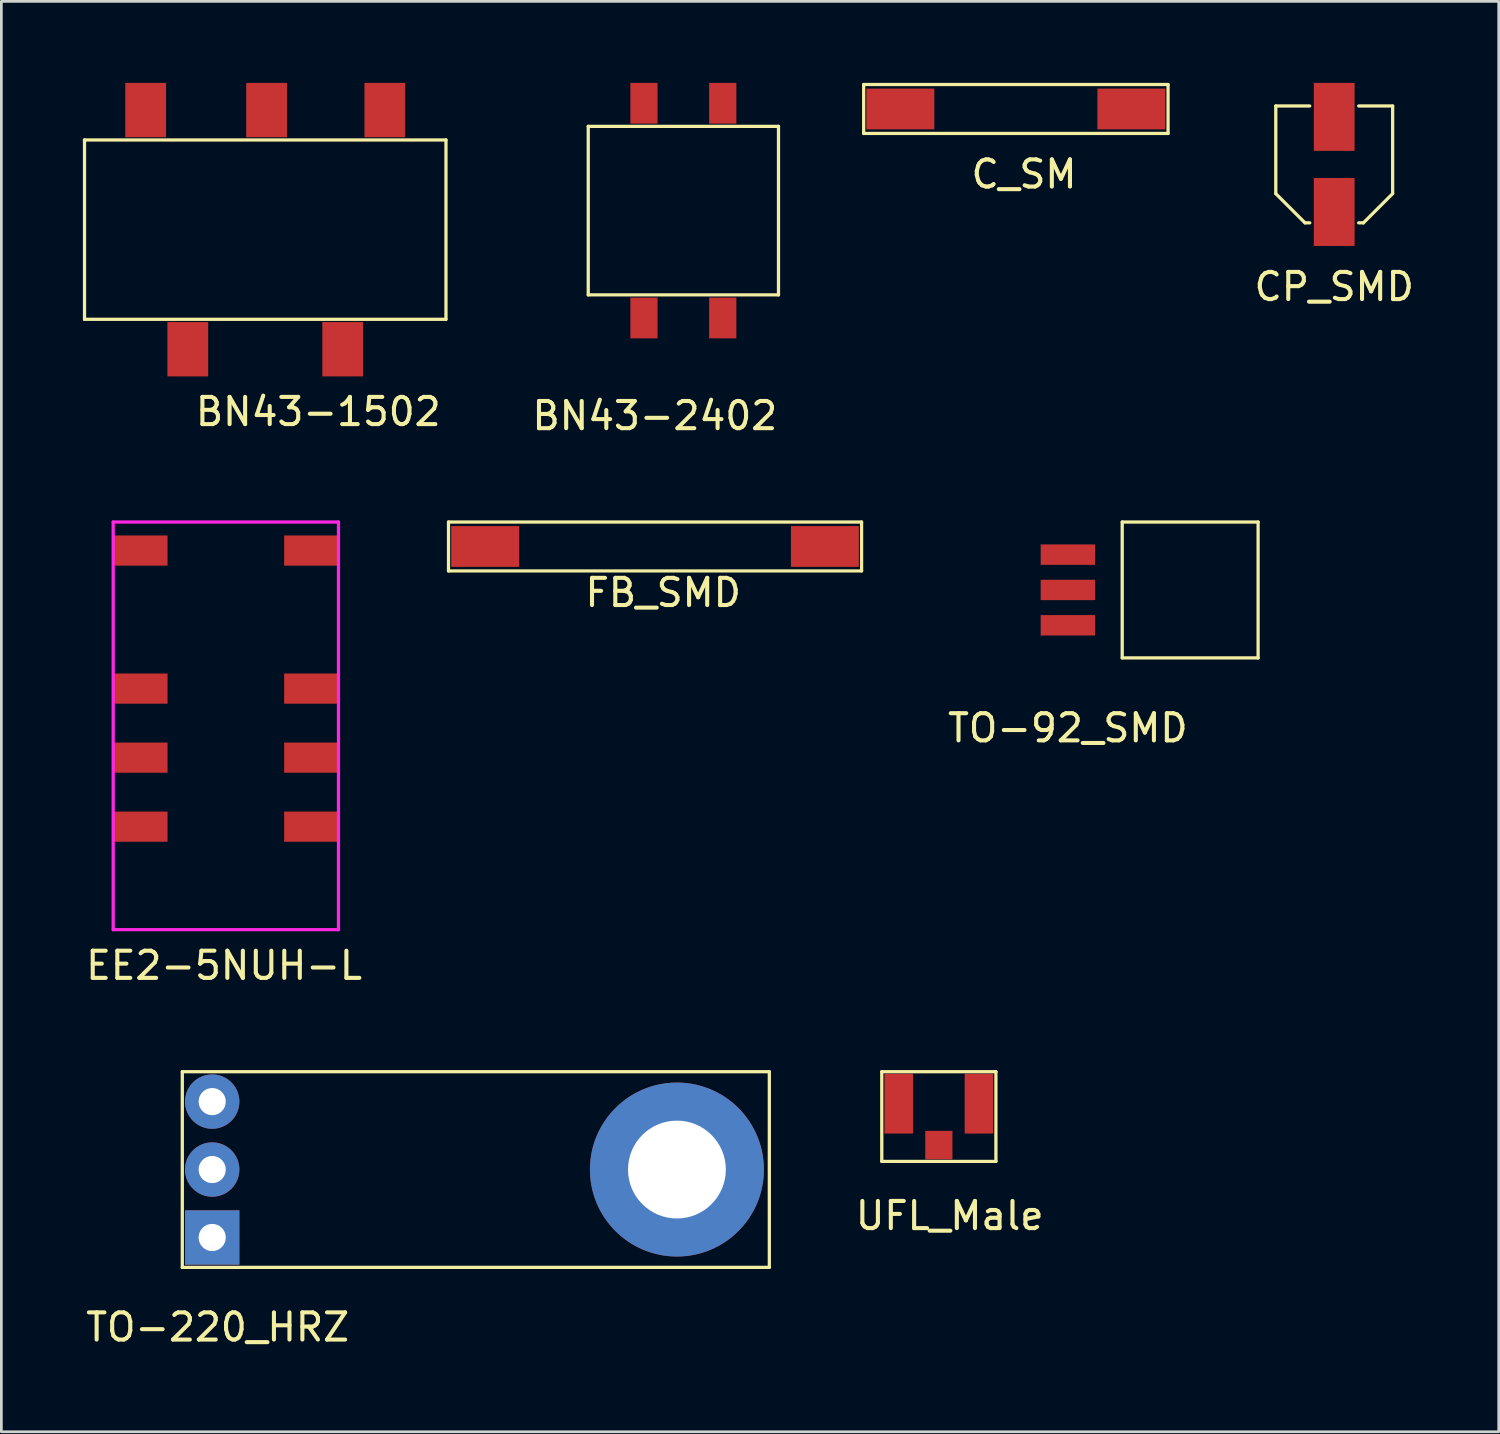
<source format=kicad_pcb>
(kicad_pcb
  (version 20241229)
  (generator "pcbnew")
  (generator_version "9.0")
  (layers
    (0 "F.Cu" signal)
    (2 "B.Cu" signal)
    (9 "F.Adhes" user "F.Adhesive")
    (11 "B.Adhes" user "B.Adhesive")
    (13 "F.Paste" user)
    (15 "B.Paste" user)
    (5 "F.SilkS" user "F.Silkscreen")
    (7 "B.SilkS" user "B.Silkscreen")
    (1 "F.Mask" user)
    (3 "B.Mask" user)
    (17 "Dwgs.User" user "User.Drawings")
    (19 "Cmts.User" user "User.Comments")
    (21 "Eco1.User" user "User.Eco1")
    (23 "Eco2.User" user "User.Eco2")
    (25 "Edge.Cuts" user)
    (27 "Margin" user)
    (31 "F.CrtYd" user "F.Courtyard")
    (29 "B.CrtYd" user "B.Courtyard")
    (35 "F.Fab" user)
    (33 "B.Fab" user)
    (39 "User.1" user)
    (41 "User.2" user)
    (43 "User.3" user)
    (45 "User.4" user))
  (footprint "CP_SMD"
    (layer "F.Cu")
    (at 46.044 3)
    (property "Reference" "CP_SMD" (at 0 4.5 0) (layer "F.SilkS") (effects (font (size 1 1) (thickness 0.15))))
    (attr through_hole)
    (fp_line (start -2.15 -2.15) (end -0.9 -2.15) (stroke (width 0.12) (type solid)) (layer "F.SilkS"))
    (fp_line (start -2.15 1.075) (end -2.15 -2.15) (stroke (width 0.12) (type solid)) (layer "F.SilkS"))
    (fp_line (start -1.075 2.15) (end -2.15 1.075) (stroke (width 0.12) (type solid)) (layer "F.SilkS"))
    (fp_line (start -0.9 2.15) (end -1.075 2.15) (stroke (width 0.12) (type solid)) (layer "F.SilkS"))
    (fp_line (start 0.9 -2.15) (end 2.15 -2.15) (stroke (width 0.12) (type solid)) (layer "F.SilkS"))
    (fp_line (start 1.075 2.15) (end 0.9 2.15) (stroke (width 0.12) (type solid)) (layer "F.SilkS"))
    (fp_line (start 2.15 -2.15) (end 2.15 1.075) (stroke (width 0.12) (type solid)) (layer "F.SilkS"))
    (fp_line (start 2.15 1.075) (end 1.075 2.15) (stroke (width 0.12) (type solid)) (layer "F.SilkS"))
    (pad "1" smd rect (at 0 1.75) (size 1.5 2.5) (layers "F.Cu" "F.Mask" "F.Paste"))
    (pad "2" smd rect (at 0 -1.75) (size 1.5 2.5) (layers "F.Cu" "F.Mask" "F.Paste")))
  (footprint "BN43-1502"
    (layer "F.Cu")
    (at 6.76 5.7)
    (property "Reference" "BN43-1502" (at 1.9 6.4 0) (layer "F.SilkS") (effects (font (size 1 1) (thickness 0.15))))
    (attr through_hole)
    (fp_line (start -6.7 -3.6) (end -6.7 3) (stroke (width 0.12) (type solid)) (layer "F.SilkS"))
    (fp_line (start -6.7 -3.6) (end 6.6 -3.6) (stroke (width 0.12) (type solid)) (layer "F.SilkS"))
    (fp_line (start -6.7 3) (end 6.6 3) (stroke (width 0.12) (type solid)) (layer "F.SilkS"))
    (fp_line (start 6.6 -3.6) (end 6.6 3) (stroke (width 0.12) (type solid)) (layer "F.SilkS"))
    (pad "1" smd rect (at 4.35 -4.7) (size 1.5 2) (layers "F.Cu" "F.Mask" "F.Paste"))
    (pad "2" smd rect (at 0 -4.7) (size 1.5 2) (layers "F.Cu" "F.Mask" "F.Paste"))
    (pad "3" smd rect (at -4.45 -4.7) (size 1.5 2) (layers "F.Cu" "F.Mask" "F.Paste"))
    (pad "4" smd rect (at -2.9 4.1) (size 1.5 2) (layers "F.Cu" "F.Mask" "F.Paste"))
    (pad "5" smd rect (at 2.8 4.1) (size 1.5 2) (layers "F.Cu" "F.Mask" "F.Paste")))
  (footprint "EE2-5NUH-L"
    (layer "F.Cu")
    (at 5.26 23.658)
    (property "Reference" "EE2-5NUH-L" (at -0.064 8.819 0) (layer "F.SilkS") (effects (font (size 1 1) (thickness 0.15))))
    (attr through_hole)
    (fp_line (start -4.145 -7.5) (end -4.145 7.5) (stroke (width 0.12) (type solid)) (layer "F.CrtYd"))
    (fp_line (start -4.145 -7.5) (end 4.145 -7.5) (stroke (width 0.12) (type solid)) (layer "F.CrtYd"))
    (fp_line (start -4.145 7.5) (end 4.145 7.5) (stroke (width 0.12) (type solid)) (layer "F.CrtYd"))
    (fp_line (start 4.145 -7.5) (end 4.145 7.5) (stroke (width 0.12) (type solid)) (layer "F.CrtYd"))
    (pad "1" smd rect (at -3.145 -6.45) (size 2 1.11) (layers "F.Cu" "F.Mask" "F.Paste"))
    (pad "2" smd rect (at -3.145 -1.37) (size 2 1.11) (layers "F.Cu" "F.Mask" "F.Paste"))
    (pad "3" smd rect (at -3.145 1.17) (size 2 1.11) (layers "F.Cu" "F.Mask" "F.Paste"))
    (pad "4" smd rect (at -3.145 3.71) (size 2 1.11) (layers "F.Cu" "F.Mask" "F.Paste"))
    (pad "5" smd rect (at 3.145 3.71) (size 2 1.11) (layers "F.Cu" "F.Mask" "F.Paste"))
    (pad "6" smd rect (at 3.145 1.17) (size 2 1.11) (layers "F.Cu" "F.Mask" "F.Paste"))
    (pad "7" smd rect (at 3.145 -1.37) (size 2 1.11) (layers "F.Cu" "F.Mask" "F.Paste"))
    (pad "8" smd rect (at 3.145 -6.45) (size 2 1.11) (layers "F.Cu" "F.Mask" "F.Paste")))
  (footprint "UFL_Male"
    (layer "F.Cu")
    (at 31.496 37.985)
    (property "Reference" "UFL_Male" (at 0.4 3.7 0) (layer "F.SilkS") (effects (font (size 1 1) (thickness 0.15))))
    (attr through_hole)
    (fp_line (start -2.1 -1.6) (end -2.1 1.7) (stroke (width 0.12) (type solid)) (layer "F.SilkS"))
    (fp_line (start -2.1 1.7) (end 2.1 1.7) (stroke (width 0.12) (type solid)) (layer "F.SilkS"))
    (fp_line (start 2.1 -1.6) (end -2.1 -1.6) (stroke (width 0.12) (type solid)) (layer "F.SilkS"))
    (fp_line (start 2.1 1.7) (end 2.1 -1.6) (stroke (width 0.12) (type solid)) (layer "F.SilkS"))
    (pad "1" smd rect (at 0 1.1) (size 1 1.05) (layers "F.Cu" "F.Mask" "F.Paste"))
    (pad "2" smd rect (at -1.475 -0.425) (size 1.05 2.2) (layers "F.Cu" "F.Mask" "F.Paste"))
    (pad "3" smd rect (at 1.475 -0.425) (size 1.05 2.2) (layers "F.Cu" "F.Mask" "F.Paste")))
  (footprint "TO-92_SMD"
    (layer "F.Cu")
    (at 39.243 18.658)
    (property "Reference" "TO-92_SMD" (at -3 5.08 0) (layer "F.SilkS") (effects (font (size 1 1) (thickness 0.15))))
    (attr through_hole)
    (fp_line (start -1 -2.5) (end -1 2.5) (stroke (width 0.12) (type solid)) (layer "F.SilkS"))
    (fp_line (start -1 2.5) (end 4 2.5) (stroke (width 0.12) (type solid)) (layer "F.SilkS"))
    (fp_line (start 4 -2.5) (end -1 -2.5) (stroke (width 0.12) (type solid)) (layer "F.SilkS"))
    (fp_line (start 4 2.5) (end 4 -2.5) (stroke (width 0.12) (type solid)) (layer "F.SilkS"))
    (pad "1" smd rect (at -3 1.3) (size 2 0.75) (layers "F.Cu" "F.Mask" "F.Paste"))
    (pad "2" smd rect (at -3 0) (size 2 0.75) (layers "F.Cu" "F.Mask" "F.Paste"))
    (pad "3" smd rect (at -3 -1.3) (size 2 0.75) (layers "F.Cu" "F.Mask" "F.Paste")))
  (footprint "FB_SMD"
    (layer "F.Cu")
    (at 21.053 17.058)
    (property "Reference" "FB_SMD" (at 0.3 1.7 0) (layer "F.SilkS") (effects (font (size 1 1) (thickness 0.15))))
    (attr through_hole)
    (fp_line (start -7.6 -0.9) (end 7.6 -0.9) (stroke (width 0.12) (type solid)) (layer "F.SilkS"))
    (fp_line (start -7.6 0.9) (end -7.6 -0.9) (stroke (width 0.12) (type solid)) (layer "F.SilkS"))
    (fp_line (start 7.6 -0.9) (end 7.6 0.9) (stroke (width 0.12) (type solid)) (layer "F.SilkS"))
    (fp_line (start 7.6 0.9) (end -7.6 0.9) (stroke (width 0.12) (type solid)) (layer "F.SilkS"))
    (pad "1" smd rect (at -6.25 0) (size 2.5 1.5) (layers "F.Cu" "F.Mask" "F.Paste"))
    (pad "2" smd rect (at 6.25 0) (size 2.5 1.5) (layers "F.Cu" "F.Mask" "F.Paste")))
  (footprint "TO-220_HRZ"
    (layer "F.Cu")
    (at 4.758 39.985)
    (property "Reference" "TO-220_HRZ" (at 0.2 5.8 0) (layer "F.SilkS") (effects (font (size 1 1) (thickness 0.15))))
    (attr through_hole)
    (fp_line (start -1.1 -3.6) (end 20.5 -3.6) (stroke (width 0.12) (type solid)) (layer "F.SilkS"))
    (fp_line (start -1.1 3.6) (end -1.1 -3.6) (stroke (width 0.12) (type solid)) (layer "F.SilkS"))
    (fp_line (start 20.5 -3.6) (end 20.5 3.6) (stroke (width 0.12) (type solid)) (layer "F.SilkS"))
    (fp_line (start 20.5 3.6) (end -1.1 3.6) (stroke (width 0.12) (type solid)) (layer "F.SilkS"))
    (pad "1" thru_hole rect (at 0 2.5) (size 2 2) (drill 1) (layers "*.Cu" "*.Mask"))
    (pad "2" thru_hole circle (at 0 0) (size 2 2) (drill 1) (layers "*.Cu" "*.Mask"))
    (pad "2" thru_hole circle (at 17.1 0) (size 6.4 6.4) (drill 3.6) (layers "*.Cu" "*.Mask"))
    (pad "3" thru_hole circle (at 0 -2.5) (size 2 2) (drill 1) (layers "*.Cu" "*.Mask")))
  (footprint "C_SM"
    (layer "F.Cu")
    (at 34.33 0.96)
    (property "Reference" "C_SM" (at 0.3 2.4 0) (layer "F.SilkS") (effects (font (size 1 1) (thickness 0.15))))
    (attr through_hole)
    (fp_line (start -5.6 -0.9) (end 5.6 -0.9) (stroke (width 0.12) (type solid)) (layer "F.SilkS"))
    (fp_line (start -5.6 0.9) (end -5.6 -0.9) (stroke (width 0.12) (type solid)) (layer "F.SilkS"))
    (fp_line (start 5.6 -0.9) (end 5.6 0.9) (stroke (width 0.12) (type solid)) (layer "F.SilkS"))
    (fp_line (start 5.6 0.9) (end -5.6 0.9) (stroke (width 0.12) (type solid)) (layer "F.SilkS"))
    (pad "1" smd rect (at -4.25 0) (size 2.5 1.5) (layers "F.Cu" "F.Mask" "F.Paste"))
    (pad "2" smd rect (at 4.25 0) (size 2.5 1.5) (layers "F.Cu" "F.Mask" "F.Paste")))
  (footprint "BN43-2402"
    (layer "F.Cu")
    (at 22.145 4.95)
    (property "Reference" "BN43-2402" (at -1.1 7.3 0) (layer "F.SilkS") (effects (font (size 1 1) (thickness 0.15))))
    (attr through_hole)
    (fp_line (start -3.55 -3.35) (end -3.55 2.85) (stroke (width 0.12) (type solid)) (layer "F.SilkS"))
    (fp_line (start -3.55 2.85) (end 3.45 2.85) (stroke (width 0.12) (type solid)) (layer "F.SilkS"))
    (fp_line (start 3.45 -3.35) (end -3.55 -3.35) (stroke (width 0.12) (type solid)) (layer "F.SilkS"))
    (fp_line (start 3.45 2.85) (end 3.45 -3.35) (stroke (width 0.12) (type solid)) (layer "F.SilkS"))
    (pad "1" smd rect (at -1.5 3.7) (size 1 1.5) (layers "F.Cu" "F.Mask" "F.Paste"))
    (pad "2" smd rect (at 1.4 3.7) (size 1 1.5) (layers "F.Cu" "F.Mask" "F.Paste"))
    (pad "3" smd rect (at 1.4 -4.2) (size 1 1.5) (layers "F.Cu" "F.Mask" "F.Paste"))
    (pad "4" smd rect (at -1.5 -4.2) (size 1 1.5) (layers "F.Cu" "F.Mask" "F.Paste")))
  (gr_rect
    (start -3 -3)
    (end 52.097 49.634)
    (stroke (width 0.1) (type default))
    (fill no)
    (layer "Edge.Cuts")))
</source>
